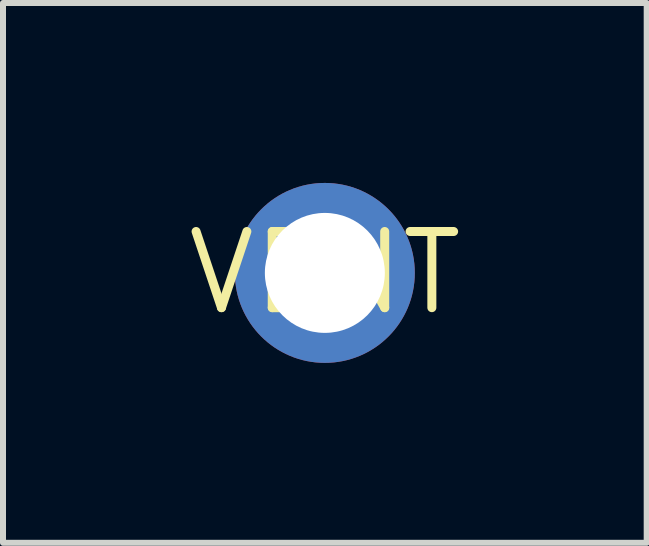
<source format=kicad_pcb>
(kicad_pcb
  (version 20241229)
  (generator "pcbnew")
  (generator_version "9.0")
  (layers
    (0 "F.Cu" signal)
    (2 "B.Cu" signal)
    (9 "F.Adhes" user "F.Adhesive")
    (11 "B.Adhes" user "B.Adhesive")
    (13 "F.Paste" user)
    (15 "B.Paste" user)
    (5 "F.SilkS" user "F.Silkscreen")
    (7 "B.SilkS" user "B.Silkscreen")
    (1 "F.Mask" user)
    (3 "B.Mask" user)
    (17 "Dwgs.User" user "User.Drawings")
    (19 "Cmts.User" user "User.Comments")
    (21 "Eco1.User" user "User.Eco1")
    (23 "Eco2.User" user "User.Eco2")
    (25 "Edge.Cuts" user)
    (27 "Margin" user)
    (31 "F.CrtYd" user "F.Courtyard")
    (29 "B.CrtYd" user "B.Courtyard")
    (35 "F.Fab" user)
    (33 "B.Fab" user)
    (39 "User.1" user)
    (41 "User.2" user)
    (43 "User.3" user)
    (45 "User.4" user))
  (footprint "VENT"
    (layer "F.Cu")
    (at 2.366 1.5)
    (property "Reference" "VENT" (at 0 0 0) (layer "F.SilkS") (effects (font (size 1.27 1.27) (thickness 0.15))))
    (pad "P$1" thru_hole circle (at 0 0) (size 3 3) (drill 2) (layers "*.Cu" "*.Mask")))
  (gr_rect
    (start -3 -3)
    (end 7.732 6)
    (stroke (width 0.1) (type default))
    (fill no)
    (layer "Edge.Cuts")))
</source>
